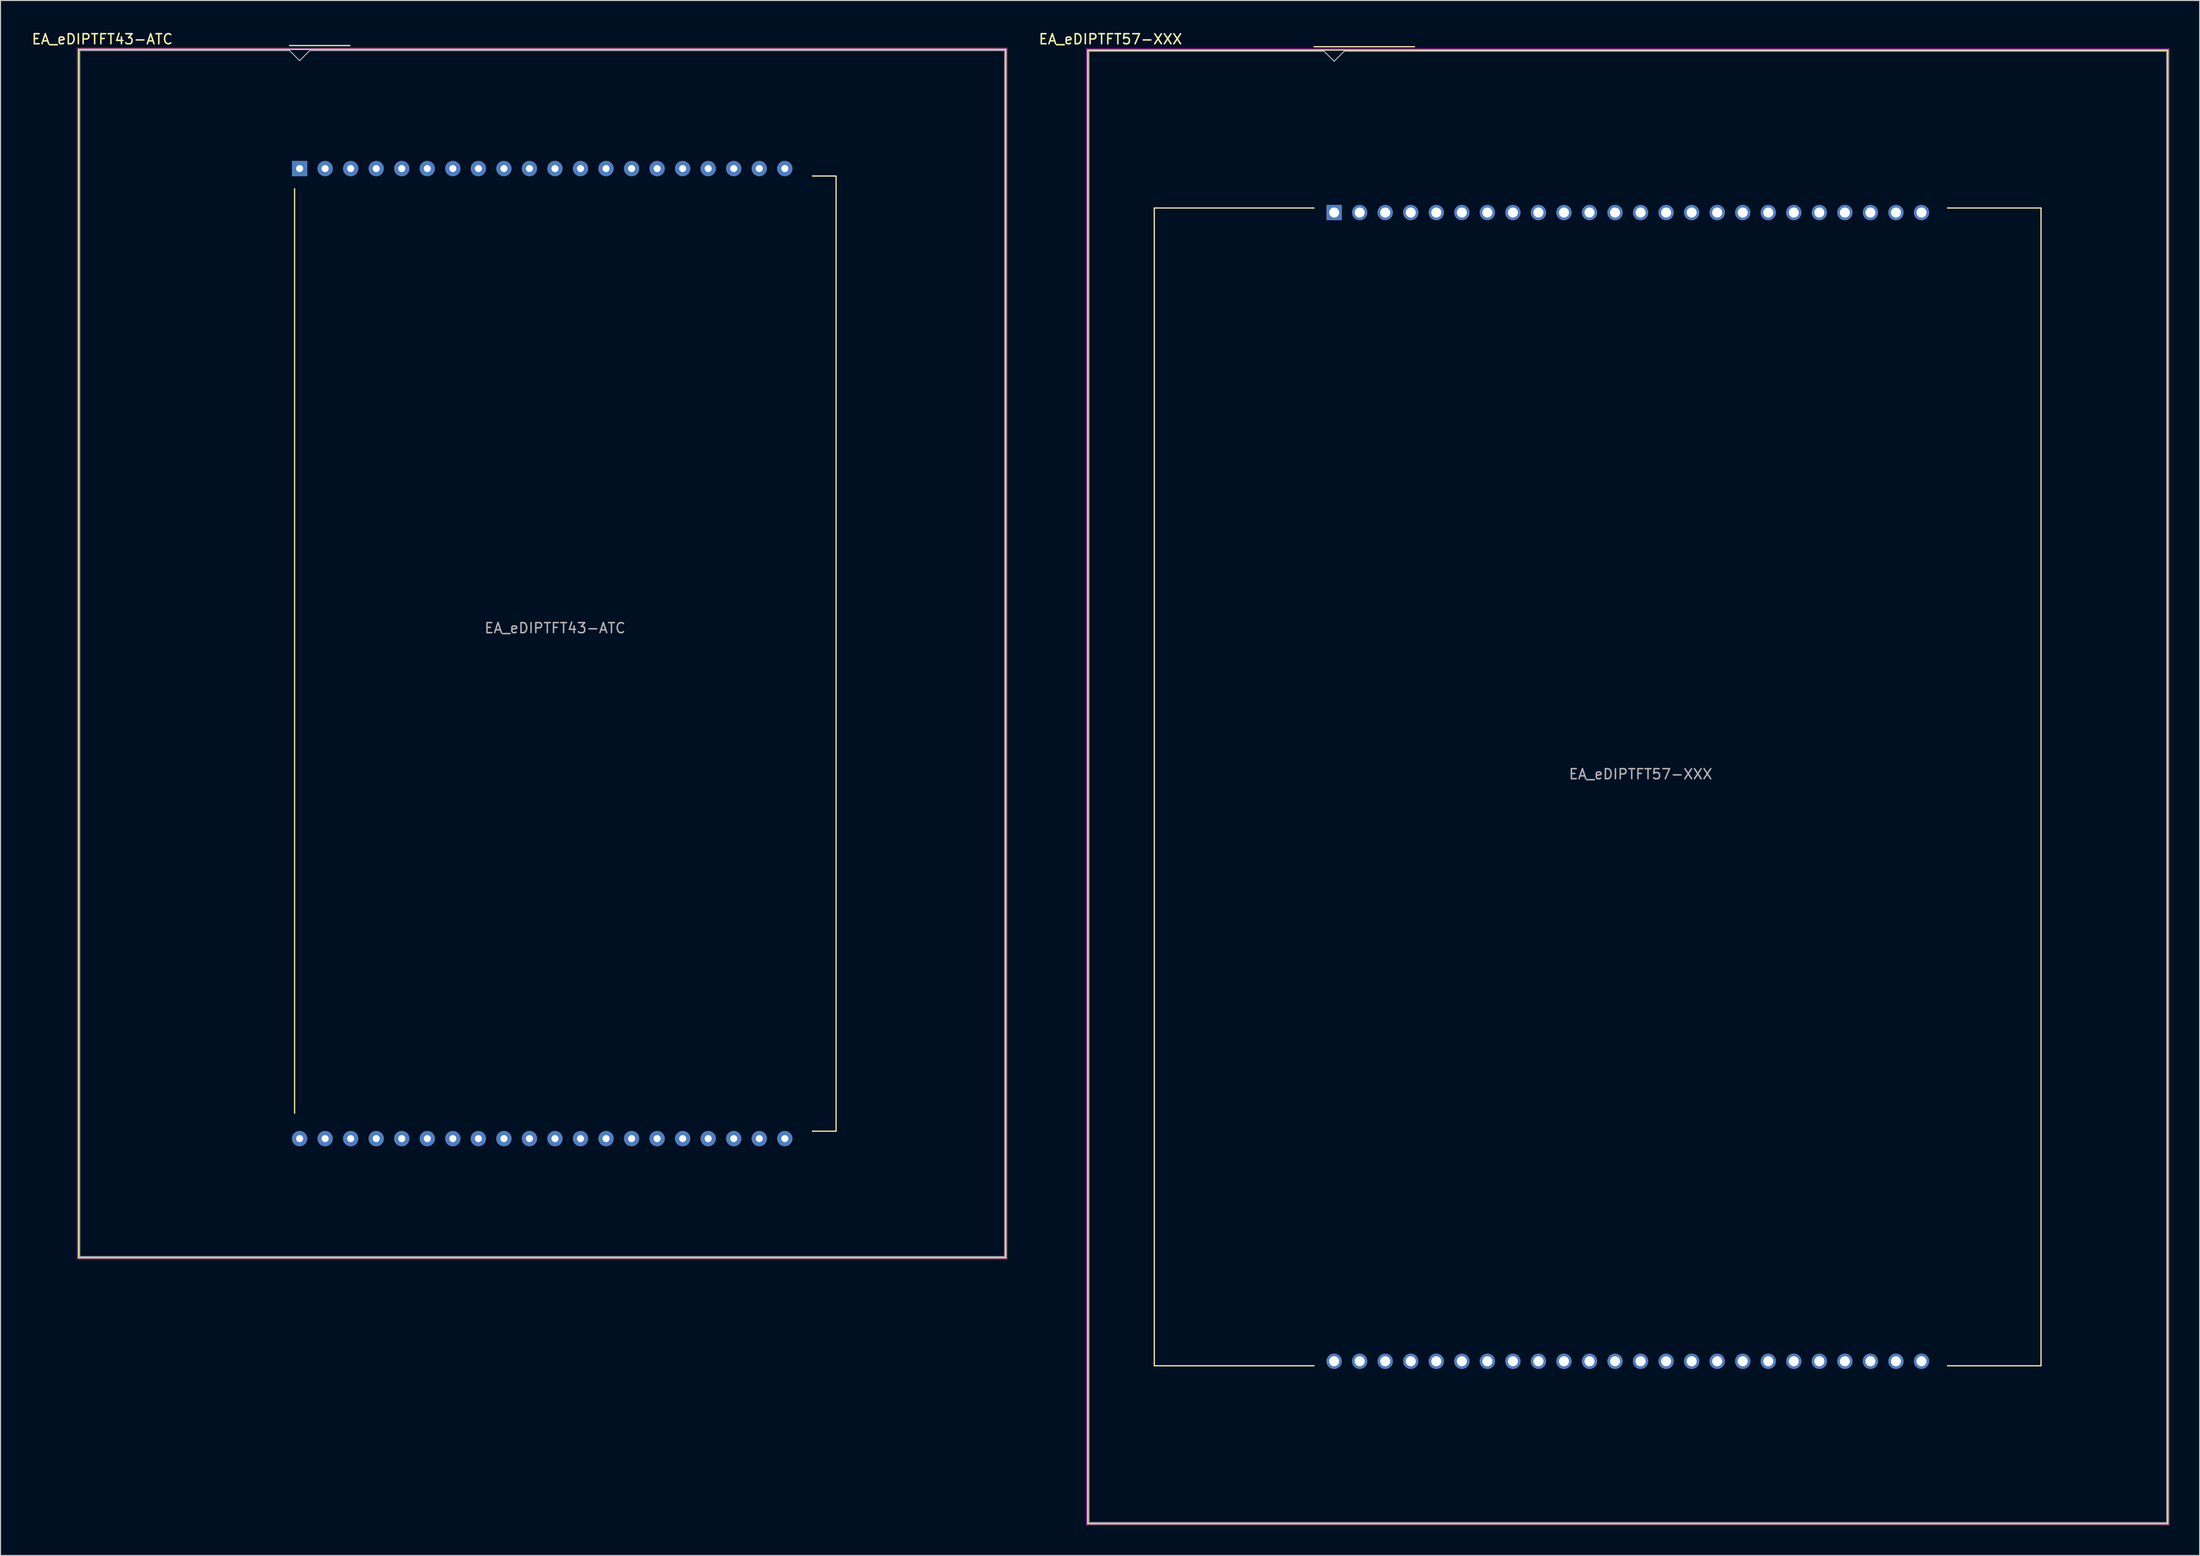
<source format=kicad_pcb>
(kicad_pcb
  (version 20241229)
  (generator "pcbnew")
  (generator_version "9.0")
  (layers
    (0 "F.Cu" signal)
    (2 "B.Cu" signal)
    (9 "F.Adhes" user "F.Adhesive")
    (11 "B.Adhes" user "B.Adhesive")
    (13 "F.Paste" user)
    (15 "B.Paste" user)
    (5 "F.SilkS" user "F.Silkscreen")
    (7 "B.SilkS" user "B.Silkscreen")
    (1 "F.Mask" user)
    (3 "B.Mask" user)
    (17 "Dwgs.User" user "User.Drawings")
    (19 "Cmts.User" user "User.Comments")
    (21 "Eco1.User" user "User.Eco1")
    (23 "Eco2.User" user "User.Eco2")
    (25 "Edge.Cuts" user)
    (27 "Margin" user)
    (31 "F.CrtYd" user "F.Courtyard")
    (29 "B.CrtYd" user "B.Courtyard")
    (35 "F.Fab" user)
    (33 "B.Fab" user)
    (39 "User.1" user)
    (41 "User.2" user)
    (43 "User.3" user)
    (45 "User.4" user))
  (footprint "EA_eDIPTFT57-XXX"
    (layer "F.Cu")
    (at 129.649 18.098)
    (property "Reference" "EA_eDIPTFT57-XXX" (at -22.25 -17.25 0) (layer "F.SilkS") (effects (font (size 1 1) (thickness 0.15))))
    (attr through_hole)
    (fp_line (start -24.51 -16.17) (end 82.93 -16.17) (stroke (width 0.12) (type solid)) (layer "F.SilkS"))
    (fp_line (start -24.51 130.47) (end -24.51 -16.17) (stroke (width 0.12) (type solid)) (layer "F.SilkS"))
    (fp_line (start -17.89 -0.45) (end -2 -0.45) (stroke (width 0.12) (type solid)) (layer "F.SilkS"))
    (fp_line (start -17.89 114.75) (end -17.89 -0.45) (stroke (width 0.12) (type solid)) (layer "F.SilkS"))
    (fp_line (start -2 -16.5) (end 8 -16.5) (stroke (width 0.12) (type solid)) (layer "F.SilkS"))
    (fp_line (start -2 114.75) (end -17.89 114.75) (stroke (width 0.12) (type solid)) (layer "F.SilkS"))
    (fp_line (start 61 -0.45) (end 70.31 -0.45) (stroke (width 0.12) (type solid)) (layer "F.SilkS"))
    (fp_line (start 61 114.75) (end 70.31 114.75) (stroke (width 0.12) (type solid)) (layer "F.SilkS"))
    (fp_line (start 70.31 -0.45) (end 70.31 114.75) (stroke (width 0.12) (type solid)) (layer "F.SilkS"))
    (fp_line (start 82.93 -16.17) (end 82.93 130.47) (stroke (width 0.12) (type solid)) (layer "F.SilkS"))
    (fp_line (start 82.93 130.47) (end -24.51 130.47) (stroke (width 0.12) (type solid)) (layer "F.SilkS"))
    (fp_line (start -24.64 -16.3) (end 83.06 -16.3) (stroke (width 0.05) (type solid)) (layer "F.CrtYd"))
    (fp_line (start -24.64 130.6) (end -24.64 -16.3) (stroke (width 0.05) (type solid)) (layer "F.CrtYd"))
    (fp_line (start 83.06 -16.3) (end 83.06 130.6) (stroke (width 0.05) (type solid)) (layer "F.CrtYd"))
    (fp_line (start 83.06 130.6) (end -24.64 130.6) (stroke (width 0.05) (type solid)) (layer "F.CrtYd"))
    (fp_line (start -24.39 -16.05) (end -1 -16.05) (stroke (width 0.1) (type solid)) (layer "F.Fab"))
    (fp_line (start -24.39 130.35) (end -24.39 -16.05) (stroke (width 0.1) (type solid)) (layer "F.Fab"))
    (fp_line (start 0 -15.05) (end -1 -16.05) (stroke (width 0.1) (type solid)) (layer "F.Fab"))
    (fp_line (start 0 -15.05) (end 1 -16.05) (stroke (width 0.1) (type solid)) (layer "F.Fab"))
    (fp_line (start 1 -16.05) (end 82.81 -16.05) (stroke (width 0.1) (type solid)) (layer "F.Fab"))
    (fp_line (start 82.81 -16.05) (end 82.81 130.35) (stroke (width 0.1) (type solid)) (layer "F.Fab"))
    (fp_line (start 82.81 130.35) (end -24.39 130.35) (stroke (width 0.1) (type solid)) (layer "F.Fab"))
    (fp_text user "${REFERENCE}" (at 30.48 55.88 0) (layer "F.Fab") (effects (font (size 1 1) (thickness 0.15))))
    (pad "1" thru_hole rect (at 0 0) (size 1.524 1.524) (drill 1) (layers "*.Cu" "*.Mask"))
    (pad "2" thru_hole circle (at 2.54 0) (size 1.524 1.524) (drill 1) (layers "*.Cu" "*.Mask"))
    (pad "3" thru_hole circle (at 5.08 0) (size 1.524 1.524) (drill 1) (layers "*.Cu" "*.Mask"))
    (pad "4" thru_hole circle (at 7.62 0) (size 1.524 1.524) (drill 1) (layers "*.Cu" "*.Mask"))
    (pad "5" thru_hole circle (at 10.16 0) (size 1.524 1.524) (drill 1) (layers "*.Cu" "*.Mask"))
    (pad "6" thru_hole circle (at 12.7 0) (size 1.524 1.524) (drill 1) (layers "*.Cu" "*.Mask"))
    (pad "7" thru_hole circle (at 15.24 0) (size 1.524 1.524) (drill 1) (layers "*.Cu" "*.Mask"))
    (pad "8" thru_hole circle (at 17.78 0) (size 1.524 1.524) (drill 1) (layers "*.Cu" "*.Mask"))
    (pad "9" thru_hole circle (at 20.32 0) (size 1.524 1.524) (drill 1) (layers "*.Cu" "*.Mask"))
    (pad "10" thru_hole circle (at 22.86 0) (size 1.524 1.524) (drill 1) (layers "*.Cu" "*.Mask"))
    (pad "11" thru_hole circle (at 25.4 0) (size 1.524 1.524) (drill 1) (layers "*.Cu" "*.Mask"))
    (pad "12" thru_hole circle (at 27.94 0) (size 1.524 1.524) (drill 1) (layers "*.Cu" "*.Mask"))
    (pad "13" thru_hole circle (at 30.48 0) (size 1.524 1.524) (drill 1) (layers "*.Cu" "*.Mask"))
    (pad "14" thru_hole circle (at 33.02 0) (size 1.524 1.524) (drill 1) (layers "*.Cu" "*.Mask"))
    (pad "15" thru_hole circle (at 35.56 0) (size 1.524 1.524) (drill 1) (layers "*.Cu" "*.Mask"))
    (pad "16" thru_hole circle (at 38.1 0) (size 1.524 1.524) (drill 1) (layers "*.Cu" "*.Mask"))
    (pad "17" thru_hole circle (at 40.64 0) (size 1.524 1.524) (drill 1) (layers "*.Cu" "*.Mask"))
    (pad "18" thru_hole circle (at 43.18 0) (size 1.524 1.524) (drill 1) (layers "*.Cu" "*.Mask"))
    (pad "19" thru_hole circle (at 45.72 0) (size 1.524 1.524) (drill 1) (layers "*.Cu" "*.Mask"))
    (pad "20" thru_hole circle (at 48.26 0) (size 1.524 1.524) (drill 1) (layers "*.Cu" "*.Mask"))
    (pad "21" thru_hole circle (at 50.8 0) (size 1.524 1.524) (drill 1) (layers "*.Cu" "*.Mask"))
    (pad "22" thru_hole circle (at 53.34 0) (size 1.524 1.524) (drill 1) (layers "*.Cu" "*.Mask"))
    (pad "23" thru_hole circle (at 55.88 0) (size 1.524 1.524) (drill 1) (layers "*.Cu" "*.Mask"))
    (pad "24" thru_hole circle (at 58.42 0) (size 1.524 1.524) (drill 1) (layers "*.Cu" "*.Mask"))
    (pad "25" thru_hole circle (at 58.42 114.3) (size 1.524 1.524) (drill 1) (layers "*.Cu" "*.Mask"))
    (pad "26" thru_hole circle (at 55.88 114.3) (size 1.524 1.524) (drill 1) (layers "*.Cu" "*.Mask"))
    (pad "27" thru_hole circle (at 53.34 114.3) (size 1.524 1.524) (drill 1) (layers "*.Cu" "*.Mask"))
    (pad "28" thru_hole circle (at 50.8 114.3) (size 1.524 1.524) (drill 1) (layers "*.Cu" "*.Mask"))
    (pad "29" thru_hole circle (at 48.26 114.3) (size 1.524 1.524) (drill 1) (layers "*.Cu" "*.Mask"))
    (pad "30" thru_hole circle (at 45.72 114.3) (size 1.524 1.524) (drill 1) (layers "*.Cu" "*.Mask"))
    (pad "31" thru_hole circle (at 43.18 114.3) (size 1.524 1.524) (drill 1) (layers "*.Cu" "*.Mask"))
    (pad "32" thru_hole circle (at 40.64 114.3) (size 1.524 1.524) (drill 1) (layers "*.Cu" "*.Mask"))
    (pad "33" thru_hole circle (at 38.1 114.3) (size 1.524 1.524) (drill 1) (layers "*.Cu" "*.Mask"))
    (pad "34" thru_hole circle (at 35.56 114.3) (size 1.524 1.524) (drill 1) (layers "*.Cu" "*.Mask"))
    (pad "35" thru_hole circle (at 33.02 114.3) (size 1.524 1.524) (drill 1) (layers "*.Cu" "*.Mask"))
    (pad "36" thru_hole circle (at 30.48 114.3) (size 1.524 1.524) (drill 1) (layers "*.Cu" "*.Mask"))
    (pad "37" thru_hole circle (at 27.94 114.3) (size 1.524 1.524) (drill 1) (layers "*.Cu" "*.Mask"))
    (pad "38" thru_hole circle (at 25.4 114.3) (size 1.524 1.524) (drill 1) (layers "*.Cu" "*.Mask"))
    (pad "39" thru_hole circle (at 22.86 114.3) (size 1.524 1.524) (drill 1) (layers "*.Cu" "*.Mask"))
    (pad "40" thru_hole circle (at 20.32 114.3) (size 1.524 1.524) (drill 1) (layers "*.Cu" "*.Mask"))
    (pad "41" thru_hole circle (at 17.78 114.3) (size 1.524 1.524) (drill 1) (layers "*.Cu" "*.Mask"))
    (pad "42" thru_hole circle (at 15.24 114.3) (size 1.524 1.524) (drill 1) (layers "*.Cu" "*.Mask"))
    (pad "43" thru_hole circle (at 12.7 114.3) (size 1.524 1.524) (drill 1) (layers "*.Cu" "*.Mask"))
    (pad "44" thru_hole circle (at 10.16 114.3) (size 1.524 1.524) (drill 1) (layers "*.Cu" "*.Mask"))
    (pad "45" thru_hole circle (at 7.62 114.3) (size 1.524 1.524) (drill 1) (layers "*.Cu" "*.Mask"))
    (pad "46" thru_hole circle (at 5.08 114.3) (size 1.524 1.524) (drill 1) (layers "*.Cu" "*.Mask"))
    (pad "47" thru_hole circle (at 2.54 114.3) (size 1.524 1.524) (drill 1) (layers "*.Cu" "*.Mask"))
    (pad "48" thru_hole circle (at 0 114.3) (size 1.524 1.524) (drill 1) (layers "*.Cu" "*.Mask")))
  (footprint "EA_eDIPTFT43-ATC"
    (layer "F.Cu")
    (at 26.75 13.723)
    (property "Reference" "EA_eDIPTFT43-ATC" (at -19.625 -12.875 0) (layer "F.SilkS") (effects (font (size 1 1) (thickness 0.15))))
    (attr through_hole)
    (fp_line (start -21.99 -11.86) (end 70.25 -11.86) (stroke (width 0.12) (type solid)) (layer "F.SilkS"))
    (fp_line (start -21.99 108.38) (end -21.99 -11.86) (stroke (width 0.12) (type solid)) (layer "F.SilkS"))
    (fp_line (start -1 -12.24) (end 5 -12.24) (stroke (width 0.12) (type solid)) (layer "F.SilkS"))
    (fp_line (start -0.5 94) (end -0.5 2) (stroke (width 0.12) (type solid)) (layer "F.SilkS"))
    (fp_line (start 53.35 0.74) (end 51 0.74) (stroke (width 0.12) (type solid)) (layer "F.SilkS"))
    (fp_line (start 53.36 0.74) (end 53.36 95.78) (stroke (width 0.12) (type solid)) (layer "F.SilkS"))
    (fp_line (start 53.36 95.78) (end 51 95.78) (stroke (width 0.12) (type solid)) (layer "F.SilkS"))
    (fp_line (start 70.25 -11.86) (end 70.25 108.38) (stroke (width 0.12) (type solid)) (layer "F.SilkS"))
    (fp_line (start 70.25 108.38) (end -21.99 108.38) (stroke (width 0.12) (type solid)) (layer "F.SilkS"))
    (fp_line (start -22.12 -11.99) (end 70.38 -11.99) (stroke (width 0.05) (type solid)) (layer "F.CrtYd"))
    (fp_line (start -22.12 108.51) (end -22.12 -11.99) (stroke (width 0.05) (type solid)) (layer "F.CrtYd"))
    (fp_line (start 70.38 -11.99) (end 70.38 108.51) (stroke (width 0.05) (type solid)) (layer "F.CrtYd"))
    (fp_line (start 70.38 108.51) (end -22.12 108.51) (stroke (width 0.05) (type solid)) (layer "F.CrtYd"))
    (fp_line (start -21.87 -11.74) (end -1 -11.74) (stroke (width 0.1) (type solid)) (layer "F.Fab"))
    (fp_line (start -21.87 108.26) (end -21.87 -11.74) (stroke (width 0.1) (type solid)) (layer "F.Fab"))
    (fp_line (start -1 -11.74) (end 0 -10.74) (stroke (width 0.1) (type solid)) (layer "F.Fab"))
    (fp_line (start 0 -10.74) (end 1 -11.74) (stroke (width 0.1) (type solid)) (layer "F.Fab"))
    (fp_line (start 1 -11.74) (end 70.13 -11.74) (stroke (width 0.1) (type solid)) (layer "F.Fab"))
    (fp_line (start 70.13 -11.74) (end 70.13 108.26) (stroke (width 0.1) (type solid)) (layer "F.Fab"))
    (fp_line (start 70.13 108.26) (end -21.87 108.26) (stroke (width 0.1) (type solid)) (layer "F.Fab"))
    (fp_text user "${REFERENCE}" (at 25.4 45.72 0) (layer "F.Fab") (effects (font (size 1 1) (thickness 0.15))))
    (pad "1" thru_hole rect (at 0 0) (size 1.524 1.524) (drill 0.7) (layers "*.Cu" "*.Mask"))
    (pad "2" thru_hole circle (at 2.54 0) (size 1.524 1.524) (drill 0.7) (layers "*.Cu" "*.Mask"))
    (pad "3" thru_hole circle (at 5.08 0) (size 1.524 1.524) (drill 0.7) (layers "*.Cu" "*.Mask"))
    (pad "4" thru_hole circle (at 7.62 0) (size 1.524 1.524) (drill 0.7) (layers "*.Cu" "*.Mask"))
    (pad "5" thru_hole circle (at 10.16 0) (size 1.524 1.524) (drill 0.7) (layers "*.Cu" "*.Mask"))
    (pad "6" thru_hole circle (at 12.7 0) (size 1.524 1.524) (drill 0.7) (layers "*.Cu" "*.Mask"))
    (pad "7" thru_hole circle (at 15.24 0) (size 1.524 1.524) (drill 0.7) (layers "*.Cu" "*.Mask"))
    (pad "8" thru_hole circle (at 17.78 0) (size 1.524 1.524) (drill 0.7) (layers "*.Cu" "*.Mask"))
    (pad "9" thru_hole circle (at 20.32 0) (size 1.524 1.524) (drill 0.7) (layers "*.Cu" "*.Mask"))
    (pad "10" thru_hole circle (at 22.86 0) (size 1.524 1.524) (drill 0.7) (layers "*.Cu" "*.Mask"))
    (pad "11" thru_hole circle (at 25.4 0) (size 1.524 1.524) (drill 0.7) (layers "*.Cu" "*.Mask"))
    (pad "12" thru_hole circle (at 27.94 0) (size 1.524 1.524) (drill 0.7) (layers "*.Cu" "*.Mask"))
    (pad "13" thru_hole circle (at 30.48 0) (size 1.524 1.524) (drill 0.7) (layers "*.Cu" "*.Mask"))
    (pad "14" thru_hole circle (at 33.02 0) (size 1.524 1.524) (drill 0.7) (layers "*.Cu" "*.Mask"))
    (pad "15" thru_hole circle (at 35.56 0) (size 1.524 1.524) (drill 0.7) (layers "*.Cu" "*.Mask"))
    (pad "16" thru_hole circle (at 38.1 0) (size 1.524 1.524) (drill 0.7) (layers "*.Cu" "*.Mask"))
    (pad "17" thru_hole circle (at 40.64 0) (size 1.524 1.524) (drill 0.7) (layers "*.Cu" "*.Mask"))
    (pad "18" thru_hole circle (at 43.18 0) (size 1.524 1.524) (drill 0.7) (layers "*.Cu" "*.Mask"))
    (pad "19" thru_hole circle (at 45.72 0) (size 1.524 1.524) (drill 0.7) (layers "*.Cu" "*.Mask"))
    (pad "20" thru_hole circle (at 48.26 0) (size 1.524 1.524) (drill 0.7) (layers "*.Cu" "*.Mask"))
    (pad "21" thru_hole circle (at 48.26 96.52) (size 1.524 1.524) (drill 0.7) (layers "*.Cu" "*.Mask"))
    (pad "22" thru_hole circle (at 45.72 96.52) (size 1.524 1.524) (drill 0.7) (layers "*.Cu" "*.Mask"))
    (pad "23" thru_hole circle (at 43.18 96.52) (size 1.524 1.524) (drill 0.7) (layers "*.Cu" "*.Mask"))
    (pad "24" thru_hole circle (at 40.64 96.52) (size 1.524 1.524) (drill 0.7) (layers "*.Cu" "*.Mask"))
    (pad "25" thru_hole circle (at 38.1 96.52) (size 1.524 1.524) (drill 0.7) (layers "*.Cu" "*.Mask"))
    (pad "26" thru_hole circle (at 35.56 96.52) (size 1.524 1.524) (drill 0.7) (layers "*.Cu" "*.Mask"))
    (pad "27" thru_hole circle (at 33.02 96.52) (size 1.524 1.524) (drill 0.7) (layers "*.Cu" "*.Mask"))
    (pad "28" thru_hole circle (at 30.48 96.52) (size 1.524 1.524) (drill 0.7) (layers "*.Cu" "*.Mask"))
    (pad "29" thru_hole circle (at 27.94 96.52) (size 1.524 1.524) (drill 0.7) (layers "*.Cu" "*.Mask"))
    (pad "30" thru_hole circle (at 25.4 96.52) (size 1.524 1.524) (drill 0.7) (layers "*.Cu" "*.Mask"))
    (pad "31" thru_hole circle (at 22.86 96.52) (size 1.524 1.524) (drill 0.7) (layers "*.Cu" "*.Mask"))
    (pad "32" thru_hole circle (at 20.32 96.52) (size 1.524 1.524) (drill 0.7) (layers "*.Cu" "*.Mask"))
    (pad "33" thru_hole circle (at 17.78 96.52) (size 1.524 1.524) (drill 0.7) (layers "*.Cu" "*.Mask"))
    (pad "34" thru_hole circle (at 15.24 96.52) (size 1.524 1.524) (drill 0.7) (layers "*.Cu" "*.Mask"))
    (pad "35" thru_hole circle (at 12.7 96.52) (size 1.524 1.524) (drill 0.7) (layers "*.Cu" "*.Mask"))
    (pad "36" thru_hole circle (at 10.16 96.52) (size 1.524 1.524) (drill 0.7) (layers "*.Cu" "*.Mask"))
    (pad "37" thru_hole circle (at 7.62 96.52) (size 1.524 1.524) (drill 0.7) (layers "*.Cu" "*.Mask"))
    (pad "38" thru_hole circle (at 5.08 96.52) (size 1.524 1.524) (drill 0.7) (layers "*.Cu" "*.Mask"))
    (pad "39" thru_hole circle (at 2.54 96.52) (size 1.524 1.524) (drill 0.7) (layers "*.Cu" "*.Mask"))
    (pad "40" thru_hole circle (at 0 96.52) (size 1.524 1.524) (drill 0.7) (layers "*.Cu" "*.Mask")))
  (gr_rect
    (start -3 -3)
    (end 215.734 151.723)
    (stroke (width 0.1) (type default))
    (fill no)
    (layer "Edge.Cuts")))
</source>
